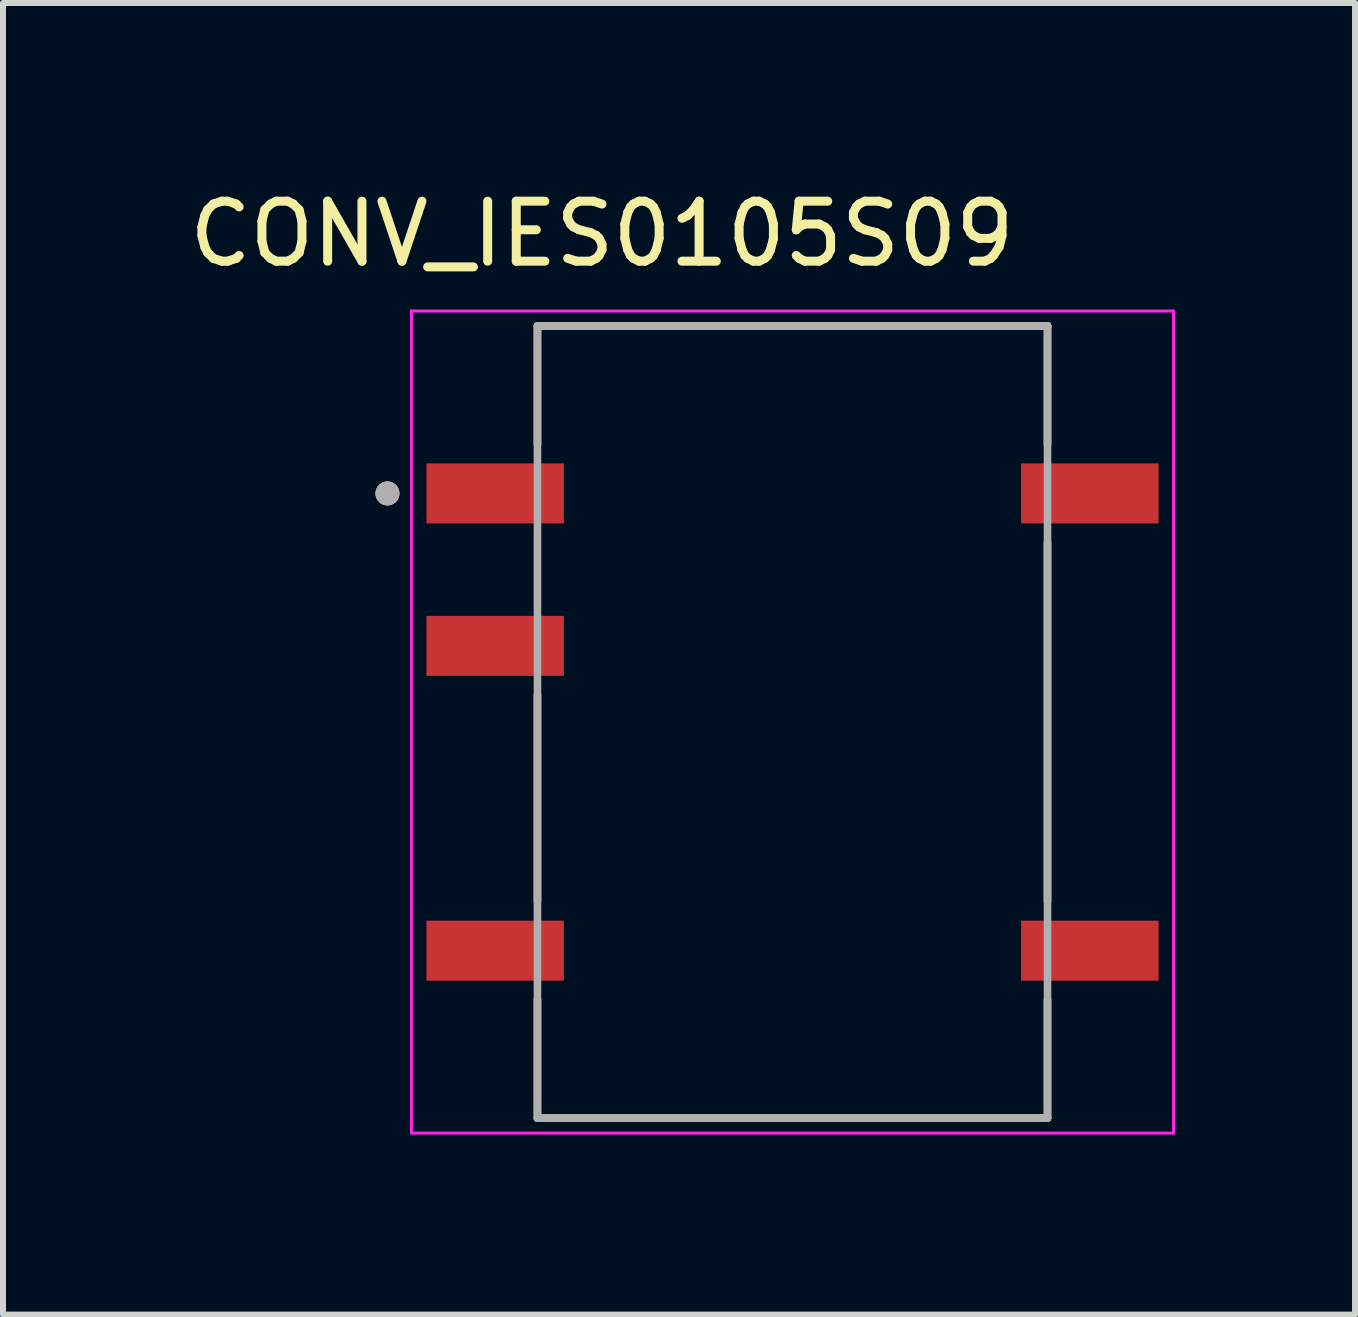
<source format=kicad_pcb>
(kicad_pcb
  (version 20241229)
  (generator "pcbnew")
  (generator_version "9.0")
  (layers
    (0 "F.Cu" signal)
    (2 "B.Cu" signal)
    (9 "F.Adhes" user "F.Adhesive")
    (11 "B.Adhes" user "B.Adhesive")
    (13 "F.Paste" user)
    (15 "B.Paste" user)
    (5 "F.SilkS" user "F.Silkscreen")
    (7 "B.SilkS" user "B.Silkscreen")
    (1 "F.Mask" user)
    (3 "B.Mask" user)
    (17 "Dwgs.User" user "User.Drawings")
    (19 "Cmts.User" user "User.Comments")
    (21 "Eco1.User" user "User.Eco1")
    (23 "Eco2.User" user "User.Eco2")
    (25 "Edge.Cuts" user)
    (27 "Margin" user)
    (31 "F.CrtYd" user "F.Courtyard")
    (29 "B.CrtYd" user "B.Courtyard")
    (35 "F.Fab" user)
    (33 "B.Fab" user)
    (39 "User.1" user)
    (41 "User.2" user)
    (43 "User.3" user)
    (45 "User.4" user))
  (footprint "CONV_IES0105S09"
    (layer "F.Cu")
    (at 10.157 8.983)
    (property "Reference" "CONV_IES0105S09" (at -3.175 -8.135 0) (layer "F.SilkS") (effects (font (size 1 1) (thickness 0.15))))
    (attr smd)
    (fp_line (start -4.25 -6.6) (end -4.25 -4.63) (stroke (width 0.127) (type solid)) (layer "F.SilkS"))
    (fp_line (start -4.25 -0.45) (end -4.25 2.99) (stroke (width 0.127) (type solid)) (layer "F.SilkS"))
    (fp_line (start -4.25 4.63) (end -4.25 6.6) (stroke (width 0.127) (type solid)) (layer "F.SilkS"))
    (fp_line (start -4.25 6.6) (end 4.25 6.6) (stroke (width 0.127) (type solid)) (layer "F.SilkS"))
    (fp_line (start 4.25 -6.6) (end -4.25 -6.6) (stroke (width 0.127) (type solid)) (layer "F.SilkS"))
    (fp_line (start 4.25 -4.63) (end 4.25 -6.6) (stroke (width 0.127) (type solid)) (layer "F.SilkS"))
    (fp_line (start 4.25 2.99) (end 4.25 -2.99) (stroke (width 0.127) (type solid)) (layer "F.SilkS"))
    (fp_line (start 4.25 6.6) (end 4.25 4.63) (stroke (width 0.127) (type solid)) (layer "F.SilkS"))
    (fp_circle (center -6.75 -3.81) (end -6.65 -3.81) (stroke (width 0.2) (type solid)) (fill no) (layer "F.SilkS"))
    (fp_line (start -6.35 -6.85) (end 6.35 -6.85) (stroke (width 0.05) (type solid)) (layer "F.CrtYd"))
    (fp_line (start -6.35 6.85) (end -6.35 -6.85) (stroke (width 0.05) (type solid)) (layer "F.CrtYd"))
    (fp_line (start 6.35 -6.85) (end 6.35 6.85) (stroke (width 0.05) (type solid)) (layer "F.CrtYd"))
    (fp_line (start 6.35 6.85) (end -6.35 6.85) (stroke (width 0.05) (type solid)) (layer "F.CrtYd"))
    (fp_line (start -4.25 -6.6) (end -4.25 6.6) (stroke (width 0.127) (type solid)) (layer "F.Fab"))
    (fp_line (start -4.25 6.6) (end 4.25 6.6) (stroke (width 0.127) (type solid)) (layer "F.Fab"))
    (fp_line (start 4.25 -6.6) (end -4.25 -6.6) (stroke (width 0.127) (type solid)) (layer "F.Fab"))
    (fp_line (start 4.25 6.6) (end 4.25 -6.6) (stroke (width 0.127) (type solid)) (layer "F.Fab"))
    (fp_circle (center -6.75 -3.81) (end -6.65 -3.81) (stroke (width 0.2) (type solid)) (fill no) (layer "F.Fab"))
    (pad "1" smd rect (at -4.955 -3.81) (size 2.29 1) (layers "F.Cu" "F.Mask" "F.Paste"))
    (pad "2" smd rect (at -4.955 -1.27) (size 2.29 1) (layers "F.Cu" "F.Mask" "F.Paste"))
    (pad "4" smd rect (at -4.955 3.81) (size 2.29 1) (layers "F.Cu" "F.Mask" "F.Paste"))
    (pad "5" smd rect (at 4.955 3.81) (size 2.29 1) (layers "F.Cu" "F.Mask" "F.Paste"))
    (pad "8" smd rect (at 4.955 -3.81) (size 2.29 1) (layers "F.Cu" "F.Mask" "F.Paste")))
  (gr_rect
    (start -3 -3)
    (end 19.532 18.858)
    (stroke (width 0.1) (type default))
    (fill no)
    (layer "Edge.Cuts")))
</source>
